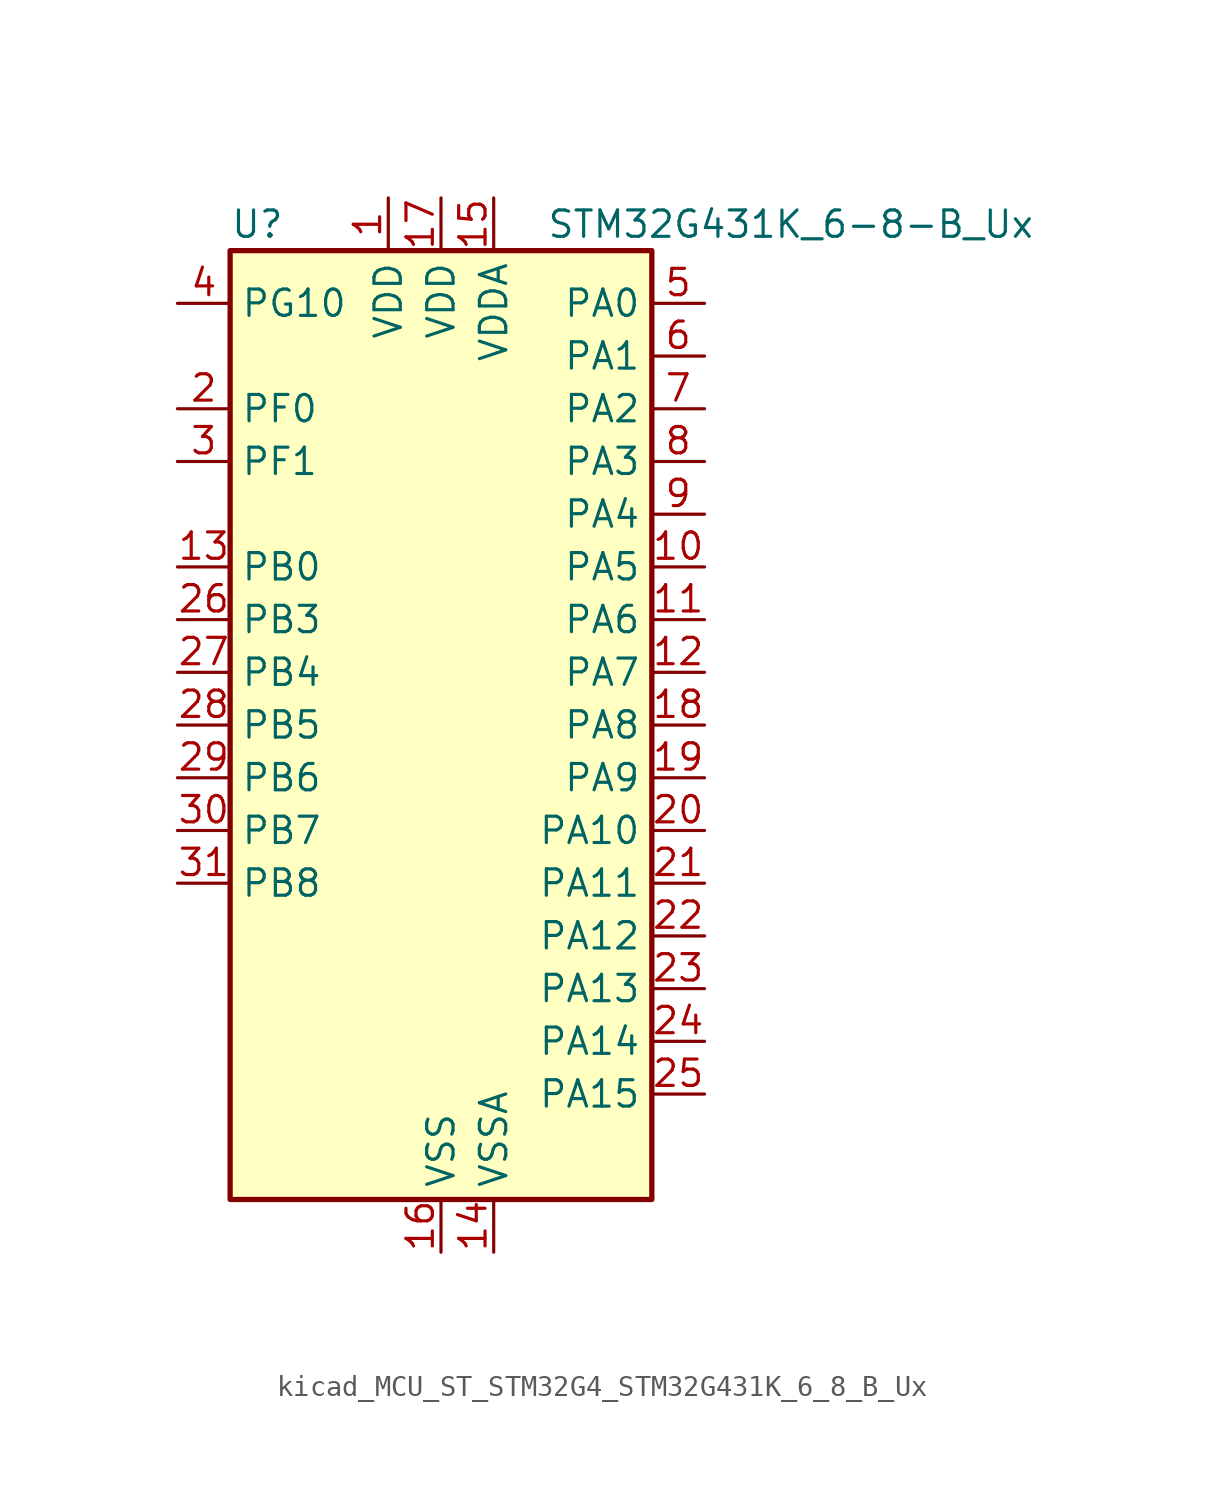
<source format=kicad_sym>
(kicad_symbol_lib
  (version 20220914)
  (generator kicad_symbol_editor)
  (symbol "kicad_MCU_ST_STM32G4_STM32G431K_6_8_B_Ux"
    (property "Reference" "U"
      (at -10.16 24.13 0)
      (effects (font (size 1.27 1.27)) (justify left)))
    (property "Value" "STM32G431K_6-8-B_Ux"
      (at 5.08 24.13 0)
      (effects (font (size 1.27 1.27)) (justify left)))
    (property "ki_locked" ""
      (at 0 0 0)
      (effects (font (size 1.27 1.27))))
    (symbol "kicad_MCU_ST_STM32G4_STM32G431K_6_8_B_Ux_0_1"
      (rectangle (start -10.16 -22.86) (end 10.16 22.86) (stroke (width 0.254) (type default)) (fill (type background))))
    (symbol "kicad_MCU_ST_STM32G4_STM32G431K_6_8_B_Ux_1_1"
      (pin power_in line (at -2.54 25.4 270) (length 2.54) (name "VDD" (effects (font (size 1.27 1.27)))) (number "1" (effects (font (size 1.27 1.27)))))
      (pin bidirectional line (at 12.7 7.62 180) (length 2.54) (name "PA5" (effects (font (size 1.27 1.27)))) (number "10" (effects (font (size 1.27 1.27)))) (alternate "ADC2_IN13" bidirectional line) (alternate "COMP2_INM" bidirectional line) (alternate "DAC1_OUT2" bidirectional line) (alternate "OPAMP2_VINM" bidirectional line) (alternate "OPAMP2_VINM0" bidirectional line) (alternate "OPAMP2_VINM_SEC" bidirectional line) (alternate "SPI1_SCK" bidirectional line) (alternate "TIM2_CH1" bidirectional line) (alternate "TIM2_ETR" bidirectional line) (alternate "UCPD1_FRSTX1" bidirectional line) (alternate "UCPD1_FRSTX2" bidirectional line))
      (pin bidirectional line (at 12.7 5.08 180) (length 2.54) (name "PA6" (effects (font (size 1.27 1.27)))) (number "11" (effects (font (size 1.27 1.27)))) (alternate "ADC2_IN3" bidirectional line) (alternate "COMP1_OUT" bidirectional line) (alternate "LPUART1_CTS" bidirectional line) (alternate "OPAMP2_VOUT" bidirectional line) (alternate "SPI1_MISO" bidirectional line) (alternate "TIM16_CH1" bidirectional line) (alternate "TIM1_BKIN" bidirectional line) (alternate "TIM3_CH1" bidirectional line) (alternate "TIM8_BKIN" bidirectional line))
      (pin bidirectional line (at 12.7 2.54 180) (length 2.54) (name "PA7" (effects (font (size 1.27 1.27)))) (number "12" (effects (font (size 1.27 1.27)))) (alternate "ADC2_IN4" bidirectional line) (alternate "COMP2_INP" bidirectional line) (alternate "COMP2_OUT" bidirectional line) (alternate "OPAMP1_VINP" bidirectional line) (alternate "OPAMP1_VINP_SEC" bidirectional line) (alternate "OPAMP2_VINP" bidirectional line) (alternate "OPAMP2_VINP_SEC" bidirectional line) (alternate "SPI1_MOSI" bidirectional line) (alternate "TIM17_CH1" bidirectional line) (alternate "TIM1_CH1N" bidirectional line) (alternate "TIM3_CH2" bidirectional line) (alternate "TIM8_CH1N" bidirectional line) (alternate "UCPD1_FRSTX1" bidirectional line) (alternate "UCPD1_FRSTX2" bidirectional line))
      (pin bidirectional line (at -12.7 7.62 0) (length 2.54) (name "PB0" (effects (font (size 1.27 1.27)))) (number "13" (effects (font (size 1.27 1.27)))) (alternate "ADC1_IN15" bidirectional line) (alternate "COMP4_INP" bidirectional line) (alternate "OPAMP2_VINP" bidirectional line) (alternate "OPAMP2_VINP_SEC" bidirectional line) (alternate "OPAMP3_VINP" bidirectional line) (alternate "OPAMP3_VINP_SEC" bidirectional line) (alternate "TIM1_CH2N" bidirectional line) (alternate "TIM3_CH3" bidirectional line) (alternate "TIM8_CH2N" bidirectional line) (alternate "UCPD1_FRSTX1" bidirectional line) (alternate "UCPD1_FRSTX2" bidirectional line))
      (pin power_in line (at 2.54 -25.4 90) (length 2.54) (name "VSSA" (effects (font (size 1.27 1.27)))) (number "14" (effects (font (size 1.27 1.27)))))
      (pin power_in line (at 2.54 25.4 270) (length 2.54) (name "VDDA" (effects (font (size 1.27 1.27)))) (number "15" (effects (font (size 1.27 1.27)))))
      (pin power_in line (at 0 -25.4 90) (length 2.54) (name "VSS" (effects (font (size 1.27 1.27)))) (number "16" (effects (font (size 1.27 1.27)))))
      (pin power_in line (at 0 25.4 270) (length 2.54) (name "VDD" (effects (font (size 1.27 1.27)))) (number "17" (effects (font (size 1.27 1.27)))))
      (pin bidirectional line (at 12.7 0 180) (length 2.54) (name "PA8" (effects (font (size 1.27 1.27)))) (number "18" (effects (font (size 1.27 1.27)))) (alternate "I2C2_SDA" bidirectional line) (alternate "I2C3_SCL" bidirectional line) (alternate "I2S2_MCK" bidirectional line) (alternate "RCC_MCO" bidirectional line) (alternate "SAI1_CK2" bidirectional line) (alternate "SAI1_SCK_A" bidirectional line) (alternate "TIM1_CH1" bidirectional line) (alternate "TIM4_ETR" bidirectional line) (alternate "USART1_CK" bidirectional line))
      (pin bidirectional line (at 12.7 -2.54 180) (length 2.54) (name "PA9" (effects (font (size 1.27 1.27)))) (number "19" (effects (font (size 1.27 1.27)))) (alternate "DAC1_EXTI9" bidirectional line) (alternate "DAC3_EXTI9" bidirectional line) (alternate "I2C2_SCL" bidirectional line) (alternate "I2C3_SMBA" bidirectional line) (alternate "I2S3_MCK" bidirectional line) (alternate "SAI1_FS_A" bidirectional line) (alternate "TIM15_BKIN" bidirectional line) (alternate "TIM1_CH2" bidirectional line) (alternate "TIM2_CH3" bidirectional line) (alternate "UCPD1_DBCC1" bidirectional line) (alternate "USART1_TX" bidirectional line))
      (pin bidirectional line (at -12.7 15.24 0) (length 2.54) (name "PF0" (effects (font (size 1.27 1.27)))) (number "2" (effects (font (size 1.27 1.27)))) (alternate "ADC1_IN10" bidirectional line) (alternate "I2C2_SDA" bidirectional line) (alternate "I2S2_WS" bidirectional line) (alternate "RCC_OSC_IN" bidirectional line) (alternate "SPI2_NSS" bidirectional line) (alternate "TIM1_CH3N" bidirectional line))
      (pin bidirectional line (at 12.7 -5.08 180) (length 2.54) (name "PA10" (effects (font (size 1.27 1.27)))) (number "20" (effects (font (size 1.27 1.27)))) (alternate "CRS_SYNC" bidirectional line) (alternate "DAC1_EXTI10" bidirectional line) (alternate "DAC3_EXTI10" bidirectional line) (alternate "I2C2_SMBA" bidirectional line) (alternate "SAI1_D1" bidirectional line) (alternate "SAI1_SD_A" bidirectional line) (alternate "SPI2_MISO" bidirectional line) (alternate "TIM17_BKIN" bidirectional line) (alternate "TIM1_CH3" bidirectional line) (alternate "TIM2_CH4" bidirectional line) (alternate "TIM8_BKIN" bidirectional line) (alternate "UCPD1_DBCC2" bidirectional line) (alternate "USART1_RX" bidirectional line))
      (pin bidirectional line (at 12.7 -7.62 180) (length 2.54) (name "PA11" (effects (font (size 1.27 1.27)))) (number "21" (effects (font (size 1.27 1.27)))) (alternate "ADC1_EXTI11" bidirectional line) (alternate "ADC2_EXTI11" bidirectional line) (alternate "COMP1_OUT" bidirectional line) (alternate "FDCAN1_RX" bidirectional line) (alternate "I2S2_SD" bidirectional line) (alternate "SPI2_MOSI" bidirectional line) (alternate "TIM1_BKIN2" bidirectional line) (alternate "TIM1_CH1N" bidirectional line) (alternate "TIM1_CH4" bidirectional line) (alternate "TIM4_CH1" bidirectional line) (alternate "USART1_CTS" bidirectional line) (alternate "USART1_NSS" bidirectional line) (alternate "USB_DM" bidirectional line))
      (pin bidirectional line (at 12.7 -10.16 180) (length 2.54) (name "PA12" (effects (font (size 1.27 1.27)))) (number "22" (effects (font (size 1.27 1.27)))) (alternate "COMP2_OUT" bidirectional line) (alternate "FDCAN1_TX" bidirectional line) (alternate "I2S_CKIN" bidirectional line) (alternate "TIM16_CH1" bidirectional line) (alternate "TIM1_CH2N" bidirectional line) (alternate "TIM1_ETR" bidirectional line) (alternate "TIM4_CH2" bidirectional line) (alternate "USART1_DE" bidirectional line) (alternate "USART1_RTS" bidirectional line) (alternate "USB_DP" bidirectional line))
      (pin bidirectional line (at 12.7 -12.7 180) (length 2.54) (name "PA13" (effects (font (size 1.27 1.27)))) (number "23" (effects (font (size 1.27 1.27)))) (alternate "I2C1_SCL" bidirectional line) (alternate "IR_OUT" bidirectional line) (alternate "SAI1_SD_B" bidirectional line) (alternate "SYS_JTMS-SWDIO" bidirectional line) (alternate "TIM16_CH1N" bidirectional line) (alternate "TIM4_CH3" bidirectional line))
      (pin bidirectional line (at 12.7 -15.24 180) (length 2.54) (name "PA14" (effects (font (size 1.27 1.27)))) (number "24" (effects (font (size 1.27 1.27)))) (alternate "I2C1_SDA" bidirectional line) (alternate "LPTIM1_OUT" bidirectional line) (alternate "SAI1_FS_B" bidirectional line) (alternate "SYS_JTCK-SWCLK" bidirectional line) (alternate "TIM1_BKIN" bidirectional line) (alternate "TIM8_CH2" bidirectional line) (alternate "USART2_TX" bidirectional line))
      (pin bidirectional line (at 12.7 -17.78 180) (length 2.54) (name "PA15" (effects (font (size 1.27 1.27)))) (number "25" (effects (font (size 1.27 1.27)))) (alternate "ADC1_EXTI15" bidirectional line) (alternate "ADC2_EXTI15" bidirectional line) (alternate "I2C1_SCL" bidirectional line) (alternate "I2S3_WS" bidirectional line) (alternate "SPI1_NSS" bidirectional line) (alternate "SPI3_NSS" bidirectional line) (alternate "SYS_JTDI" bidirectional line) (alternate "TIM1_BKIN" bidirectional line) (alternate "TIM2_CH1" bidirectional line) (alternate "TIM2_ETR" bidirectional line) (alternate "TIM8_CH1" bidirectional line) (alternate "USART2_RX" bidirectional line))
      (pin bidirectional line (at -12.7 5.08 0) (length 2.54) (name "PB3" (effects (font (size 1.27 1.27)))) (number "26" (effects (font (size 1.27 1.27)))) (alternate "CRS_SYNC" bidirectional line) (alternate "I2S3_CK" bidirectional line) (alternate "SAI1_SCK_B" bidirectional line) (alternate "SPI1_SCK" bidirectional line) (alternate "SPI3_SCK" bidirectional line) (alternate "SYS_JTDO-SWO" bidirectional line) (alternate "TIM2_CH2" bidirectional line) (alternate "TIM3_ETR" bidirectional line) (alternate "TIM4_ETR" bidirectional line) (alternate "TIM8_CH1N" bidirectional line) (alternate "USART2_TX" bidirectional line))
      (pin bidirectional line (at -12.7 2.54 0) (length 2.54) (name "PB4" (effects (font (size 1.27 1.27)))) (number "27" (effects (font (size 1.27 1.27)))) (alternate "SAI1_MCLK_B" bidirectional line) (alternate "SPI1_MISO" bidirectional line) (alternate "SPI3_MISO" bidirectional line) (alternate "SYS_JTRST" bidirectional line) (alternate "TIM16_CH1" bidirectional line) (alternate "TIM17_BKIN" bidirectional line) (alternate "TIM3_CH1" bidirectional line) (alternate "TIM8_CH2N" bidirectional line) (alternate "UCPD1_CC2" bidirectional line) (alternate "USART2_RX" bidirectional line))
      (pin bidirectional line (at -12.7 0 0) (length 2.54) (name "PB5" (effects (font (size 1.27 1.27)))) (number "28" (effects (font (size 1.27 1.27)))) (alternate "I2C1_SMBA" bidirectional line) (alternate "I2C3_SDA" bidirectional line) (alternate "I2S3_SD" bidirectional line) (alternate "LPTIM1_IN1" bidirectional line) (alternate "SAI1_SD_B" bidirectional line) (alternate "SPI1_MOSI" bidirectional line) (alternate "SPI3_MOSI" bidirectional line) (alternate "TIM16_BKIN" bidirectional line) (alternate "TIM17_CH1" bidirectional line) (alternate "TIM3_CH2" bidirectional line) (alternate "TIM8_CH3N" bidirectional line) (alternate "USART2_CK" bidirectional line))
      (pin bidirectional line (at -12.7 -2.54 0) (length 2.54) (name "PB6" (effects (font (size 1.27 1.27)))) (number "29" (effects (font (size 1.27 1.27)))) (alternate "COMP4_OUT" bidirectional line) (alternate "LPTIM1_ETR" bidirectional line) (alternate "SAI1_FS_B" bidirectional line) (alternate "TIM16_CH1N" bidirectional line) (alternate "TIM4_CH1" bidirectional line) (alternate "TIM8_BKIN2" bidirectional line) (alternate "TIM8_CH1" bidirectional line) (alternate "TIM8_ETR" bidirectional line) (alternate "UCPD1_CC1" bidirectional line) (alternate "USART1_TX" bidirectional line))
      (pin bidirectional line (at -12.7 12.7 0) (length 2.54) (name "PF1" (effects (font (size 1.27 1.27)))) (number "3" (effects (font (size 1.27 1.27)))) (alternate "ADC2_IN10" bidirectional line) (alternate "COMP3_INM" bidirectional line) (alternate "I2S2_CK" bidirectional line) (alternate "RCC_OSC_OUT" bidirectional line) (alternate "SPI2_SCK" bidirectional line))
      (pin bidirectional line (at -12.7 -5.08 0) (length 2.54) (name "PB7" (effects (font (size 1.27 1.27)))) (number "30" (effects (font (size 1.27 1.27)))) (alternate "COMP3_OUT" bidirectional line) (alternate "I2C1_SDA" bidirectional line) (alternate "LPTIM1_IN2" bidirectional line) (alternate "SYS_PVD_IN" bidirectional line) (alternate "TIM17_CH1N" bidirectional line) (alternate "TIM3_CH4" bidirectional line) (alternate "TIM4_CH2" bidirectional line) (alternate "TIM8_BKIN" bidirectional line) (alternate "USART1_RX" bidirectional line))
      (pin bidirectional line (at -12.7 -7.62 0) (length 2.54) (name "PB8" (effects (font (size 1.27 1.27)))) (number "31" (effects (font (size 1.27 1.27)))) (alternate "COMP1_OUT" bidirectional line) (alternate "FDCAN1_RX" bidirectional line) (alternate "I2C1_SCL" bidirectional line) (alternate "SAI1_CK1" bidirectional line) (alternate "SAI1_MCLK_A" bidirectional line) (alternate "TIM16_CH1" bidirectional line) (alternate "TIM1_BKIN" bidirectional line) (alternate "TIM4_CH3" bidirectional line) (alternate "TIM8_CH2" bidirectional line))
      (pin passive line (at 0 -25.4 90) (length 2.54) hide (name "VSS" (effects (font (size 1.27 1.27)))) (number "32" (effects (font (size 1.27 1.27)))))
      (pin passive line (at 0 -25.4 90) (length 2.54) hide (name "VSS" (effects (font (size 1.27 1.27)))) (number "33" (effects (font (size 1.27 1.27)))))
      (pin bidirectional line (at -12.7 20.32 0) (length 2.54) (name "PG10" (effects (font (size 1.27 1.27)))) (number "4" (effects (font (size 1.27 1.27)))) (alternate "DAC1_EXTI10" bidirectional line) (alternate "DAC3_EXTI10" bidirectional line) (alternate "RCC_MCO" bidirectional line))
      (pin bidirectional line (at 12.7 20.32 180) (length 2.54) (name "PA0" (effects (font (size 1.27 1.27)))) (number "5" (effects (font (size 1.27 1.27)))) (alternate "ADC1_IN1" bidirectional line) (alternate "ADC2_IN1" bidirectional line) (alternate "COMP1_INM" bidirectional line) (alternate "COMP1_OUT" bidirectional line) (alternate "COMP3_INP" bidirectional line) (alternate "RTC_TAMP2" bidirectional line) (alternate "SYS_WKUP1" bidirectional line) (alternate "TIM2_CH1" bidirectional line) (alternate "TIM2_ETR" bidirectional line) (alternate "TIM8_BKIN" bidirectional line) (alternate "TIM8_ETR" bidirectional line) (alternate "USART2_CTS" bidirectional line) (alternate "USART2_NSS" bidirectional line))
      (pin bidirectional line (at 12.7 17.78 180) (length 2.54) (name "PA1" (effects (font (size 1.27 1.27)))) (number "6" (effects (font (size 1.27 1.27)))) (alternate "ADC1_IN2" bidirectional line) (alternate "ADC2_IN2" bidirectional line) (alternate "COMP1_INP" bidirectional line) (alternate "OPAMP1_VINP" bidirectional line) (alternate "OPAMP1_VINP_SEC" bidirectional line) (alternate "OPAMP3_VINP" bidirectional line) (alternate "OPAMP3_VINP_SEC" bidirectional line) (alternate "RTC_REFIN" bidirectional line) (alternate "TIM15_CH1N" bidirectional line) (alternate "TIM2_CH2" bidirectional line) (alternate "USART2_DE" bidirectional line) (alternate "USART2_RTS" bidirectional line))
      (pin bidirectional line (at 12.7 15.24 180) (length 2.54) (name "PA2" (effects (font (size 1.27 1.27)))) (number "7" (effects (font (size 1.27 1.27)))) (alternate "ADC1_IN3" bidirectional line) (alternate "COMP2_INM" bidirectional line) (alternate "COMP2_OUT" bidirectional line) (alternate "LPUART1_TX" bidirectional line) (alternate "OPAMP1_VOUT" bidirectional line) (alternate "RCC_LSCO" bidirectional line) (alternate "SYS_WKUP4" bidirectional line) (alternate "TIM15_CH1" bidirectional line) (alternate "TIM2_CH3" bidirectional line) (alternate "UCPD1_FRSTX1" bidirectional line) (alternate "UCPD1_FRSTX2" bidirectional line) (alternate "USART2_TX" bidirectional line))
      (pin bidirectional line (at 12.7 12.7 180) (length 2.54) (name "PA3" (effects (font (size 1.27 1.27)))) (number "8" (effects (font (size 1.27 1.27)))) (alternate "ADC1_IN4" bidirectional line) (alternate "COMP2_INP" bidirectional line) (alternate "LPUART1_RX" bidirectional line) (alternate "OPAMP1_VINM" bidirectional line) (alternate "OPAMP1_VINM0" bidirectional line) (alternate "OPAMP1_VINM_SEC" bidirectional line) (alternate "OPAMP1_VINP" bidirectional line) (alternate "OPAMP1_VINP_SEC" bidirectional line) (alternate "SAI1_CK1" bidirectional line) (alternate "SAI1_MCLK_A" bidirectional line) (alternate "TIM15_CH2" bidirectional line) (alternate "TIM2_CH4" bidirectional line) (alternate "USART2_RX" bidirectional line))
      (pin bidirectional line (at 12.7 10.16 180) (length 2.54) (name "PA4" (effects (font (size 1.27 1.27)))) (number "9" (effects (font (size 1.27 1.27)))) (alternate "ADC2_IN17" bidirectional line) (alternate "COMP1_INM" bidirectional line) (alternate "DAC1_OUT1" bidirectional line) (alternate "I2S3_WS" bidirectional line) (alternate "SAI1_FS_B" bidirectional line) (alternate "SPI1_NSS" bidirectional line) (alternate "SPI3_NSS" bidirectional line) (alternate "TIM3_CH2" bidirectional line) (alternate "USART2_CK" bidirectional line)))))
</source>
